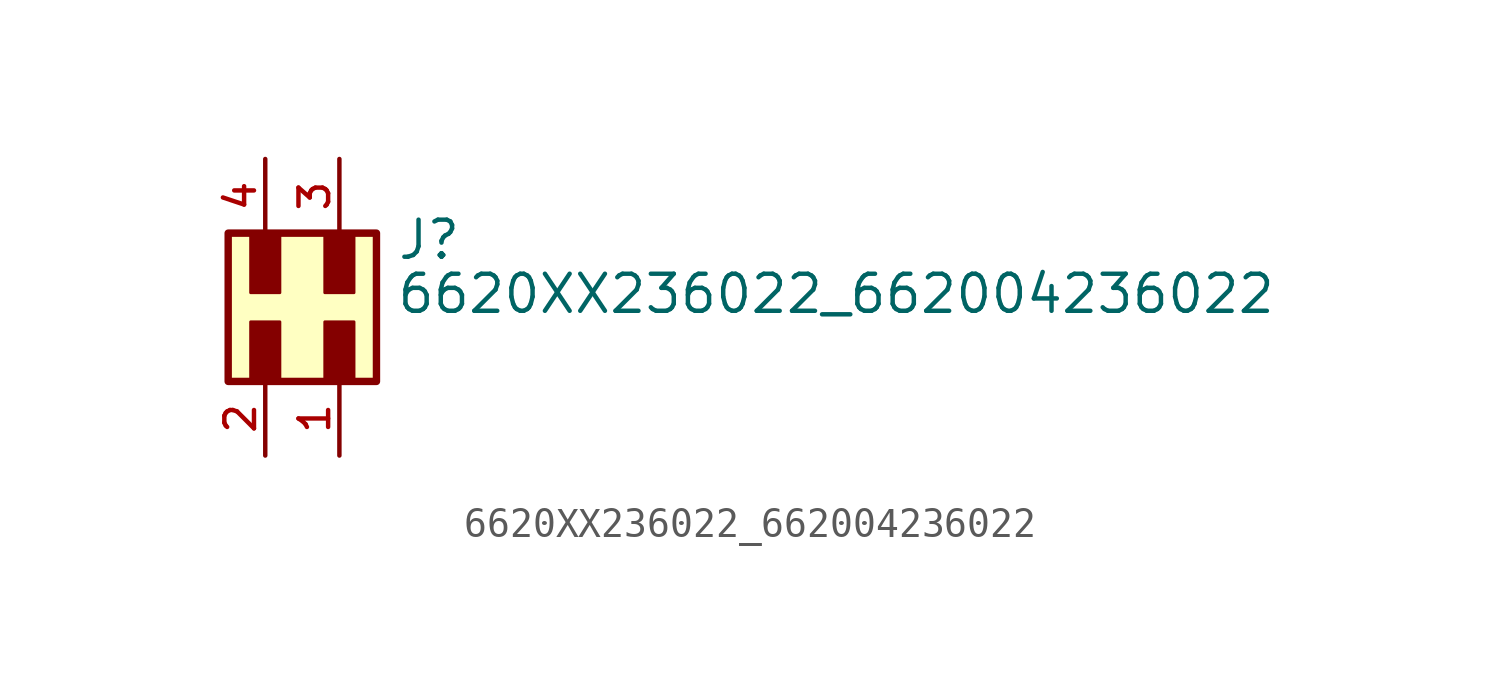
<source format=kicad_sym>
(kicad_symbol_lib
  (version 20211014)
  (generator kicad_symbol_editor)
  (symbol "6620XX236022_662004236022"
    (pin_names
      (offset 1.016))
    (property "Reference" "J"
      (at 1.946 1.568 0)
      (effects (font (size 1.27 1.27)) (justify bottom left)))
    (property "Value" "6620XX236022_662004236022"
      (at 1.922 -0.284 0)
      (effects (font (size 1.27 1.27)) (justify bottom left)))
    (symbol "6620XX236022_662004236022_0_0"
      (rectangle (start -0.5 0.5) (end 0.5 2.5) (stroke (width 0.1)) (fill (type outline)))
      (rectangle (start -0.5 -2.5) (end 0.5 -0.5) (stroke (width 0.1)) (fill (type outline)))
      (rectangle (start -3.04 0.5) (end -2.04 2.5) (stroke (width 0.1)) (fill (type outline)))
      (rectangle (start -3.04 -2.5) (end -2.04 -0.5) (stroke (width 0.1)) (fill (type outline)))
      (rectangle (start -3.81 -2.54) (end 1.27 2.54) (stroke (width 0.254)) (fill (type background)))
      (pin passive line (at 0.0 -5.08 90.0) (length 2.54) (name "~" (effects (font (size 1.016 1.016)))) (number "1" (effects (font (size 1.016 1.016)))))
      (pin passive line (at -2.54 -5.08 90.0) (length 2.54) (name "~" (effects (font (size 1.016 1.016)))) (number "2" (effects (font (size 1.016 1.016)))))
      (pin passive line (at 0.0 5.08 270.0) (length 2.54) (name "~" (effects (font (size 1.016 1.016)))) (number "3" (effects (font (size 1.016 1.016)))))
      (pin passive line (at -2.54 5.08 270.0) (length 2.54) (name "~" (effects (font (size 1.016 1.016)))) (number "4" (effects (font (size 1.016 1.016))))))))
</source>
